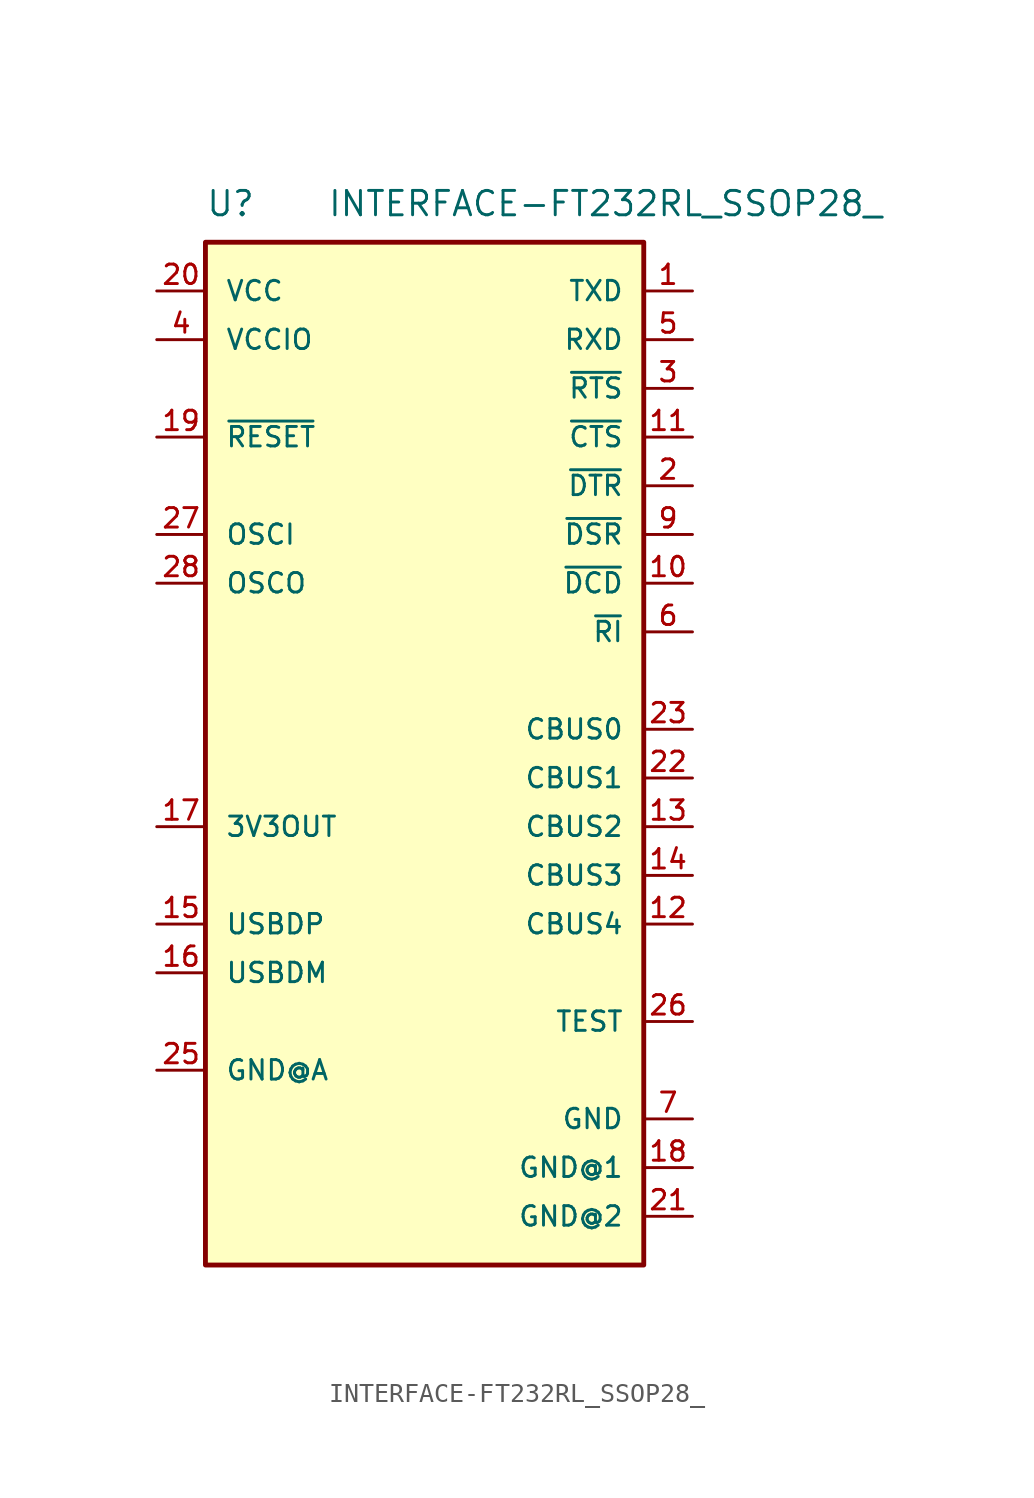
<source format=kicad_sym>
(kicad_symbol_lib
  (version 20211014)
  (generator kicad_symbol_editor)
  (symbol "INTERFACE-FT232RL_SSOP28_"
    (pin_names
      (offset 1.016))
    (property "Reference" "U"
      (at -11.43 27.94 0)
      (effects (font (size 1.27 1.27)) (justify bottom left)))
    (property "Value" "INTERFACE-FT232RL_SSOP28_"
      (at -5.08 27.94 0)
      (effects (font (size 1.27 1.27)) (justify bottom left)))
    (symbol "INTERFACE-FT232RL_SSOP28__0_0"
      (rectangle (start -11.43 -26.67) (end 11.43 26.67) (stroke (width 0.254)) (fill (type background)))
      (pin input line (at -13.97 24.13 0) (length 2.54) (name "VCC" (effects (font (size 1.016 1.016)))) (number "20" (effects (font (size 1.016 1.016)))))
      (pin input line (at -13.97 -3.81 0) (length 2.54) (name "3V3OUT" (effects (font (size 1.016 1.016)))) (number "17" (effects (font (size 1.016 1.016)))))
      (pin input line (at -13.97 -8.89 0) (length 2.54) (name "USBDP" (effects (font (size 1.016 1.016)))) (number "15" (effects (font (size 1.016 1.016)))))
      (pin input line (at -13.97 -11.43 0) (length 2.54) (name "USBDM" (effects (font (size 1.016 1.016)))) (number "16" (effects (font (size 1.016 1.016)))))
      (pin input line (at -13.97 8.89 0) (length 2.54) (name "OSCO" (effects (font (size 1.016 1.016)))) (number "28" (effects (font (size 1.016 1.016)))))
      (pin input line (at -13.97 11.43 0) (length 2.54) (name "OSCI" (effects (font (size 1.016 1.016)))) (number "27" (effects (font (size 1.016 1.016)))))
      (pin input line (at 13.97 -19.05 180.0) (length 2.54) (name "GND" (effects (font (size 1.016 1.016)))) (number "7" (effects (font (size 1.016 1.016)))))
      (pin input line (at 13.97 24.13 180.0) (length 2.54) (name "TXD" (effects (font (size 1.016 1.016)))) (number "1" (effects (font (size 1.016 1.016)))))
      (pin input line (at 13.97 21.59 180.0) (length 2.54) (name "RXD" (effects (font (size 1.016 1.016)))) (number "5" (effects (font (size 1.016 1.016)))))
      (pin input line (at 13.97 19.05 180.0) (length 2.54) (name "~{RTS}" (effects (font (size 1.016 1.016)))) (number "3" (effects (font (size 1.016 1.016)))))
      (pin input line (at 13.97 16.51 180.0) (length 2.54) (name "~{CTS}" (effects (font (size 1.016 1.016)))) (number "11" (effects (font (size 1.016 1.016)))))
      (pin input line (at 13.97 13.97 180.0) (length 2.54) (name "~{DTR}" (effects (font (size 1.016 1.016)))) (number "2" (effects (font (size 1.016 1.016)))))
      (pin input line (at 13.97 11.43 180.0) (length 2.54) (name "~{DSR}" (effects (font (size 1.016 1.016)))) (number "9" (effects (font (size 1.016 1.016)))))
      (pin input line (at 13.97 8.89 180.0) (length 2.54) (name "~{DCD}" (effects (font (size 1.016 1.016)))) (number "10" (effects (font (size 1.016 1.016)))))
      (pin input line (at 13.97 6.35 180.0) (length 2.54) (name "~{RI}" (effects (font (size 1.016 1.016)))) (number "6" (effects (font (size 1.016 1.016)))))
      (pin input line (at 13.97 1.27 180.0) (length 2.54) (name "CBUS0" (effects (font (size 1.016 1.016)))) (number "23" (effects (font (size 1.016 1.016)))))
      (pin input line (at 13.97 -1.27 180.0) (length 2.54) (name "CBUS1" (effects (font (size 1.016 1.016)))) (number "22" (effects (font (size 1.016 1.016)))))
      (pin input line (at 13.97 -3.81 180.0) (length 2.54) (name "CBUS2" (effects (font (size 1.016 1.016)))) (number "13" (effects (font (size 1.016 1.016)))))
      (pin input line (at 13.97 -6.35 180.0) (length 2.54) (name "CBUS3" (effects (font (size 1.016 1.016)))) (number "14" (effects (font (size 1.016 1.016)))))
      (pin input line (at 13.97 -8.89 180.0) (length 2.54) (name "CBUS4" (effects (font (size 1.016 1.016)))) (number "12" (effects (font (size 1.016 1.016)))))
      (pin input line (at -13.97 21.59 0) (length 2.54) (name "VCCIO" (effects (font (size 1.016 1.016)))) (number "4" (effects (font (size 1.016 1.016)))))
      (pin input line (at -13.97 16.51 0) (length 2.54) (name "~{RESET}" (effects (font (size 1.016 1.016)))) (number "19" (effects (font (size 1.016 1.016)))))
      (pin input line (at -13.97 -16.51 0) (length 2.54) (name "GND@A" (effects (font (size 1.016 1.016)))) (number "25" (effects (font (size 1.016 1.016)))))
      (pin input line (at 13.97 -21.59 180.0) (length 2.54) (name "GND@1" (effects (font (size 1.016 1.016)))) (number "18" (effects (font (size 1.016 1.016)))))
      (pin input line (at 13.97 -13.97 180.0) (length 2.54) (name "TEST" (effects (font (size 1.016 1.016)))) (number "26" (effects (font (size 1.016 1.016)))))
      (pin input line (at 13.97 -24.13 180.0) (length 2.54) (name "GND@2" (effects (font (size 1.016 1.016)))) (number "21" (effects (font (size 1.016 1.016))))))))
</source>
